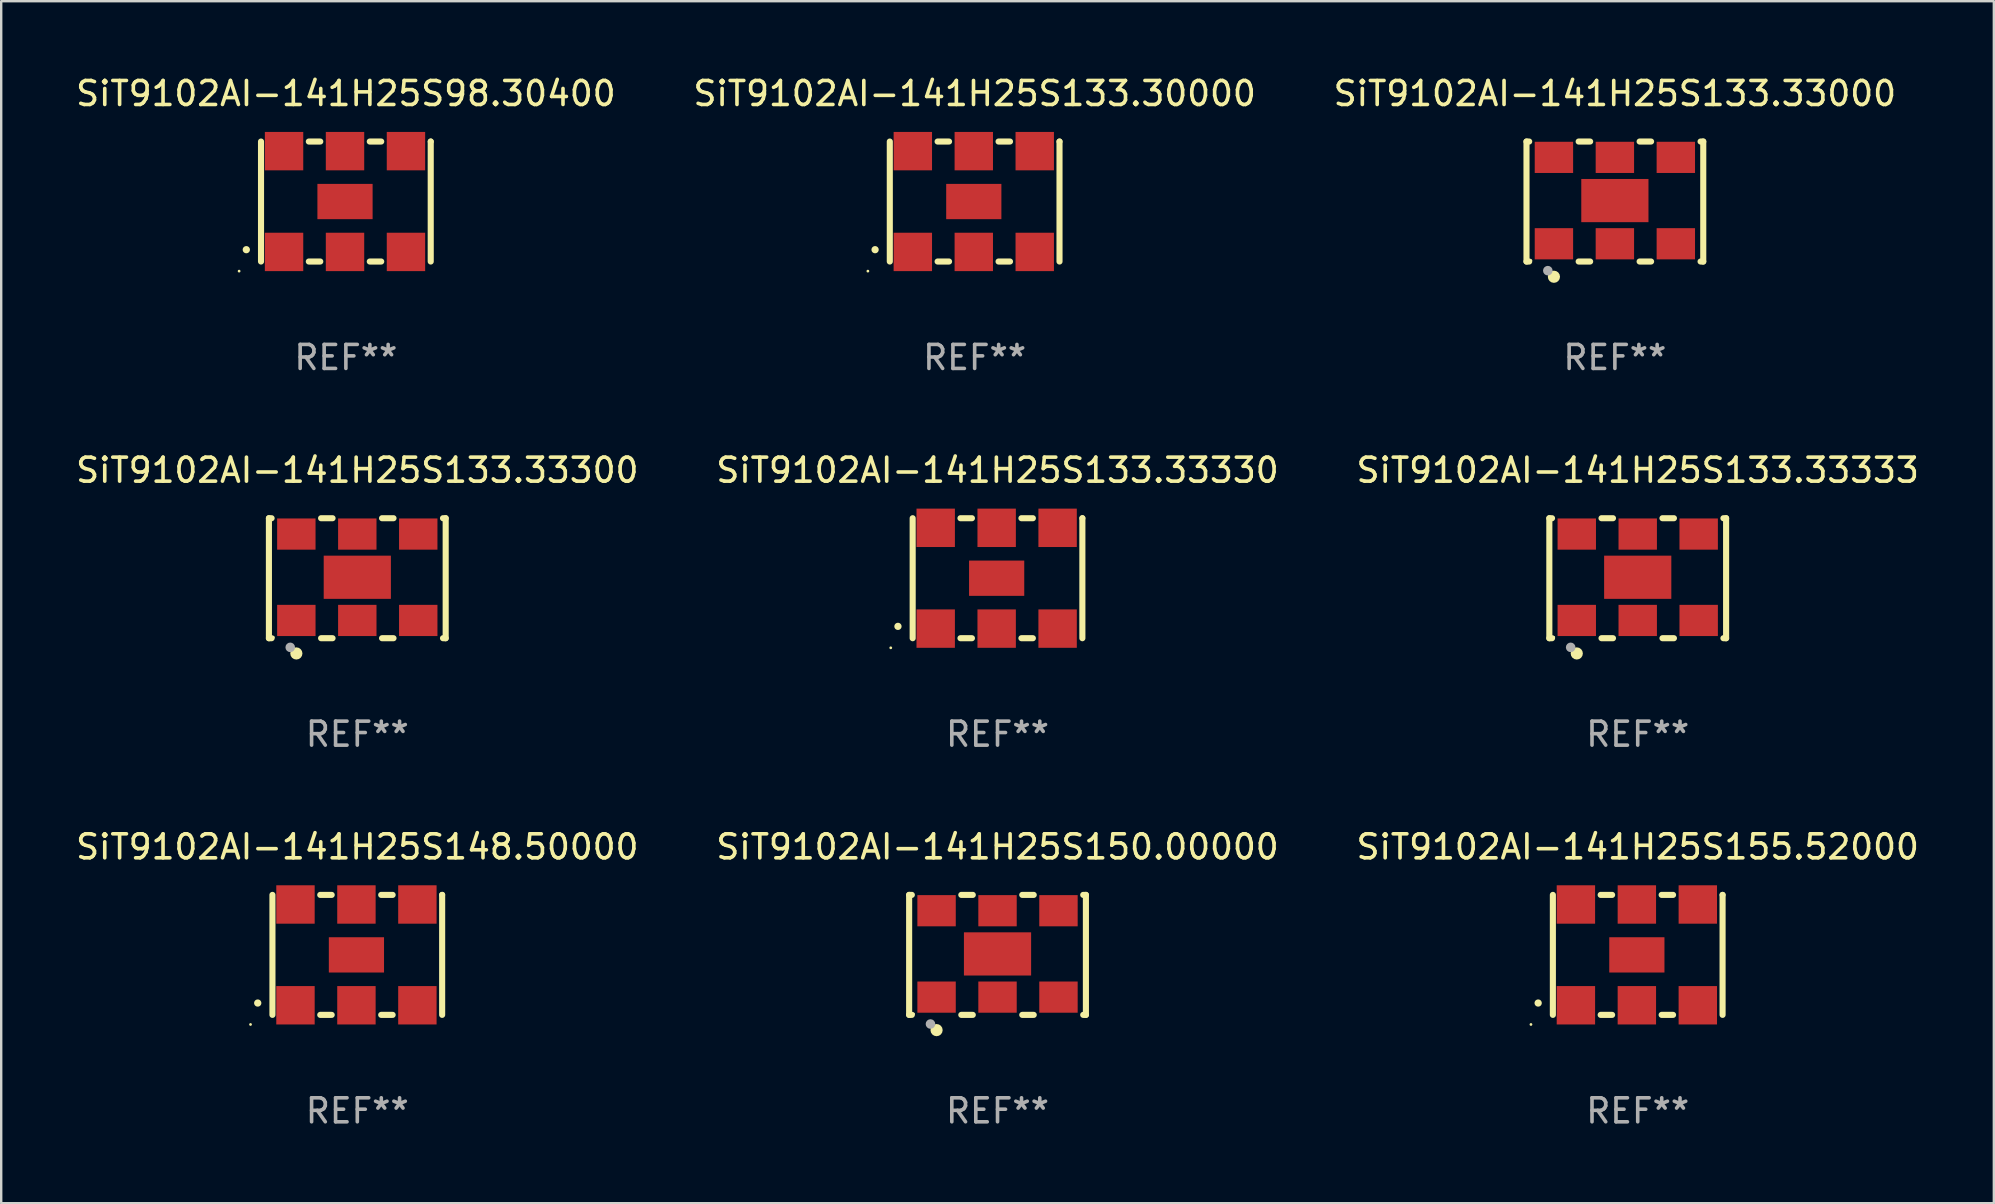
<source format=kicad_pcb>
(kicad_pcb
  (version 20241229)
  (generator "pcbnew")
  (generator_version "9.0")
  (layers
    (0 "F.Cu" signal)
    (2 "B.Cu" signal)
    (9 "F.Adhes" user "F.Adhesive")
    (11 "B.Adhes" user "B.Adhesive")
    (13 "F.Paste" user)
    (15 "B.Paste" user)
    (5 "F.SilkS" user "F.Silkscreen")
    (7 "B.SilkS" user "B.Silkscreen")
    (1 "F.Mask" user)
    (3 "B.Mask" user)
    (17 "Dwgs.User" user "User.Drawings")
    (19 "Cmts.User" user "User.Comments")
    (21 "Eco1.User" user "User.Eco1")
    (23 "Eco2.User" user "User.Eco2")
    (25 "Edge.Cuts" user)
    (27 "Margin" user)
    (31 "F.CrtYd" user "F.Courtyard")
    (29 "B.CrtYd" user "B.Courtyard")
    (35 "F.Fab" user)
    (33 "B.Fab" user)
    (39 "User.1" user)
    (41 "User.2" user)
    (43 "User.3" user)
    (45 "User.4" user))
  (footprint "SiT9102AI-141H25S155.52000"
    (layer "F.Cu")
    (at 65.196 36.741)
    (property "Reference" "SiT9102AI-141H25S155.52000" (at 0 -4.5 0) (layer "F.SilkS") (effects (font (size 1 1) (thickness 0.15))))
    (attr through_hole)
    (fp_line (start -3.536 -2.5) (end -3.536 2.5) (stroke (width 0.254) (type solid)) (layer "F.SilkS"))
    (fp_line (start -1.544 2.5) (end -1.067 2.5) (stroke (width 0.254) (type solid)) (layer "F.SilkS"))
    (fp_line (start -1.067 -2.5) (end -1.544 -2.5) (stroke (width 0.254) (type solid)) (layer "F.SilkS"))
    (fp_line (start 0.996 2.5) (end 1.473 2.5) (stroke (width 0.254) (type solid)) (layer "F.SilkS"))
    (fp_line (start 1.473 -2.5) (end 0.996 -2.5) (stroke (width 0.254) (type solid)) (layer "F.SilkS"))
    (fp_line (start 3.536 -2.5) (end 3.536 -2.5) (stroke (width 0.254) (type solid)) (layer "F.SilkS"))
    (fp_line (start 3.536 2.5) (end 3.536 -2.5) (stroke (width 0.254) (type solid)) (layer "F.SilkS"))
    (fp_arc (start -4.150432 2.006604) (mid -4.149162 2.006599) (end -4.147892 2.006604) (stroke (width 0.3) (type solid)) (layer "F.SilkS"))
    (fp_circle (center -4.449 2.9) (end -4.419 2.9) (stroke (width 0.06) (type solid)) (fill no) (layer "F.SilkS"))
    (fp_text user "REF**" (at 0 6.5 0) (layer "F.Fab") (effects (font (size 1 1) (thickness 0.15))))
    (pad "1" smd rect (at -2.576 2.1) (size 1.6 1.6) (layers "F.Cu" "F.Mask" "F.Paste"))
    (pad "2" smd rect (at -0.036 2.1) (size 1.6 1.6) (layers "F.Cu" "F.Mask" "F.Paste"))
    (pad "3" smd rect (at 2.504 2.1) (size 1.6 1.6) (layers "F.Cu" "F.Mask" "F.Paste"))
    (pad "4" smd rect (at 2.504 -2.1) (size 1.6 1.6) (layers "F.Cu" "F.Mask" "F.Paste"))
    (pad "5" smd rect (at -0.036 -2.1) (size 1.6 1.6) (layers "F.Cu" "F.Mask" "F.Paste"))
    (pad "6" smd rect (at -2.576 -2.1) (size 1.6 1.6) (layers "F.Cu" "F.Mask" "F.Paste"))
    (pad "7" smd rect (at -0.036 0) (size 2.3 1.47) (layers "F.Cu" "F.Mask" "F.Paste")))
  (footprint "SiT9102AI-141H25S133.33300"
    (layer "F.Cu")
    (at 11.839 21.045)
    (property "Reference" "SiT9102AI-141H25S133.33300" (at 0 -4.5 0) (layer "F.SilkS") (effects (font (size 1 1) (thickness 0.15))))
    (attr through_hole)
    (fp_line (start -3.683 -2.5) (end -3.571 -2.5) (stroke (width 0.254) (type solid)) (layer "F.SilkS"))
    (fp_line (start -3.683 2.5) (end -3.683 -2.5) (stroke (width 0.254) (type solid)) (layer "F.SilkS"))
    (fp_line (start -3.683 2.5) (end -3.571 2.5) (stroke (width 0.254) (type solid)) (layer "F.SilkS"))
    (fp_line (start -1.509 -2.5) (end -1.031 -2.5) (stroke (width 0.254) (type solid)) (layer "F.SilkS"))
    (fp_line (start -1.509 2.5) (end -1.031 2.5) (stroke (width 0.254) (type solid)) (layer "F.SilkS"))
    (fp_line (start 1.031 -2.5) (end 1.509 -2.5) (stroke (width 0.254) (type solid)) (layer "F.SilkS"))
    (fp_line (start 1.031 2.5) (end 1.509 2.5) (stroke (width 0.254) (type solid)) (layer "F.SilkS"))
    (fp_line (start 3.571 -2.5) (end 3.683 -2.5) (stroke (width 0.254) (type solid)) (layer "F.SilkS"))
    (fp_line (start 3.571 2.5) (end 3.683 2.5) (stroke (width 0.254) (type solid)) (layer "F.SilkS"))
    (fp_line (start 3.683 2.5) (end 3.683 -2.5) (stroke (width 0.254) (type solid)) (layer "F.SilkS"))
    (fp_circle (center -3.5 2.46) (end -3.47 2.46) (stroke (width 0.06) (type solid)) (fill no) (layer "F.SilkS"))
    (fp_circle (center -2.54 3.135) (end -2.413 3.135) (stroke (width 0.254) (type solid)) (fill no) (layer "F.SilkS"))
    (fp_circle (center -2.794 2.881) (end -2.694 2.881) (stroke (width 0.2) (type solid)) (fill no) (layer "F.Fab"))
    (fp_text user "REF**" (at 0 6.5 0) (layer "F.Fab") (effects (font (size 1 1) (thickness 0.15))))
    (pad "1" smd rect (at -2.54 1.76) (size 1.6 1.3) (layers "F.Cu" "F.Mask" "F.Paste"))
    (pad "2" smd rect (at 0 1.76) (size 1.6 1.3) (layers "F.Cu" "F.Mask" "F.Paste"))
    (pad "3" smd rect (at 2.54 1.76) (size 1.6 1.3) (layers "F.Cu" "F.Mask" "F.Paste"))
    (pad "4" smd rect (at 2.54 -1.84) (size 1.6 1.3) (layers "F.Cu" "F.Mask" "F.Paste"))
    (pad "5" smd rect (at 0 -1.84) (size 1.6 1.3) (layers "F.Cu" "F.Mask" "F.Paste"))
    (pad "6" smd rect (at -2.54 -1.84) (size 1.6 1.3) (layers "F.Cu" "F.Mask" "F.Paste"))
    (pad "7" smd rect (at 0 -0.04) (size 2.8 1.8) (layers "F.Cu" "F.Mask" "F.Paste")))
  (footprint "SiT9102AI-141H25S133.33000"
    (layer "F.Cu")
    (at 64.244 5.348)
    (property "Reference" "SiT9102AI-141H25S133.33000" (at 0 -4.5 0) (layer "F.SilkS") (effects (font (size 1 1) (thickness 0.15))))
    (attr through_hole)
    (fp_line (start -3.683 -2.5) (end -3.571 -2.5) (stroke (width 0.254) (type solid)) (layer "F.SilkS"))
    (fp_line (start -3.683 2.5) (end -3.683 -2.5) (stroke (width 0.254) (type solid)) (layer "F.SilkS"))
    (fp_line (start -3.683 2.5) (end -3.571 2.5) (stroke (width 0.254) (type solid)) (layer "F.SilkS"))
    (fp_line (start -1.509 -2.5) (end -1.031 -2.5) (stroke (width 0.254) (type solid)) (layer "F.SilkS"))
    (fp_line (start -1.509 2.5) (end -1.031 2.5) (stroke (width 0.254) (type solid)) (layer "F.SilkS"))
    (fp_line (start 1.031 -2.5) (end 1.509 -2.5) (stroke (width 0.254) (type solid)) (layer "F.SilkS"))
    (fp_line (start 1.031 2.5) (end 1.509 2.5) (stroke (width 0.254) (type solid)) (layer "F.SilkS"))
    (fp_line (start 3.571 -2.5) (end 3.683 -2.5) (stroke (width 0.254) (type solid)) (layer "F.SilkS"))
    (fp_line (start 3.571 2.5) (end 3.683 2.5) (stroke (width 0.254) (type solid)) (layer "F.SilkS"))
    (fp_line (start 3.683 2.5) (end 3.683 -2.5) (stroke (width 0.254) (type solid)) (layer "F.SilkS"))
    (fp_circle (center -3.5 2.46) (end -3.47 2.46) (stroke (width 0.06) (type solid)) (fill no) (layer "F.SilkS"))
    (fp_circle (center -2.54 3.135) (end -2.413 3.135) (stroke (width 0.254) (type solid)) (fill no) (layer "F.SilkS"))
    (fp_circle (center -2.794 2.881) (end -2.694 2.881) (stroke (width 0.2) (type solid)) (fill no) (layer "F.Fab"))
    (fp_text user "REF**" (at 0 6.5 0) (layer "F.Fab") (effects (font (size 1 1) (thickness 0.15))))
    (pad "1" smd rect (at -2.54 1.76) (size 1.6 1.3) (layers "F.Cu" "F.Mask" "F.Paste"))
    (pad "2" smd rect (at 0 1.76) (size 1.6 1.3) (layers "F.Cu" "F.Mask" "F.Paste"))
    (pad "3" smd rect (at 2.54 1.76) (size 1.6 1.3) (layers "F.Cu" "F.Mask" "F.Paste"))
    (pad "4" smd rect (at 2.54 -1.84) (size 1.6 1.3) (layers "F.Cu" "F.Mask" "F.Paste"))
    (pad "5" smd rect (at 0 -1.84) (size 1.6 1.3) (layers "F.Cu" "F.Mask" "F.Paste"))
    (pad "6" smd rect (at -2.54 -1.84) (size 1.6 1.3) (layers "F.Cu" "F.Mask" "F.Paste"))
    (pad "7" smd rect (at 0 -0.04) (size 2.8 1.8) (layers "F.Cu" "F.Mask" "F.Paste")))
  (footprint "SiT9102AI-141H25S150.00000"
    (layer "F.Cu")
    (at 38.518 36.741)
    (property "Reference" "SiT9102AI-141H25S150.00000" (at 0 -4.5 0) (layer "F.SilkS") (effects (font (size 1 1) (thickness 0.15))))
    (attr through_hole)
    (fp_line (start -3.683 -2.5) (end -3.571 -2.5) (stroke (width 0.254) (type solid)) (layer "F.SilkS"))
    (fp_line (start -3.683 2.5) (end -3.683 -2.5) (stroke (width 0.254) (type solid)) (layer "F.SilkS"))
    (fp_line (start -3.683 2.5) (end -3.571 2.5) (stroke (width 0.254) (type solid)) (layer "F.SilkS"))
    (fp_line (start -1.509 -2.5) (end -1.031 -2.5) (stroke (width 0.254) (type solid)) (layer "F.SilkS"))
    (fp_line (start -1.509 2.5) (end -1.031 2.5) (stroke (width 0.254) (type solid)) (layer "F.SilkS"))
    (fp_line (start 1.031 -2.5) (end 1.509 -2.5) (stroke (width 0.254) (type solid)) (layer "F.SilkS"))
    (fp_line (start 1.031 2.5) (end 1.509 2.5) (stroke (width 0.254) (type solid)) (layer "F.SilkS"))
    (fp_line (start 3.571 -2.5) (end 3.683 -2.5) (stroke (width 0.254) (type solid)) (layer "F.SilkS"))
    (fp_line (start 3.571 2.5) (end 3.683 2.5) (stroke (width 0.254) (type solid)) (layer "F.SilkS"))
    (fp_line (start 3.683 2.5) (end 3.683 -2.5) (stroke (width 0.254) (type solid)) (layer "F.SilkS"))
    (fp_circle (center -3.5 2.46) (end -3.47 2.46) (stroke (width 0.06) (type solid)) (fill no) (layer "F.SilkS"))
    (fp_circle (center -2.54 3.135) (end -2.413 3.135) (stroke (width 0.254) (type solid)) (fill no) (layer "F.SilkS"))
    (fp_circle (center -2.794 2.881) (end -2.694 2.881) (stroke (width 0.2) (type solid)) (fill no) (layer "F.Fab"))
    (fp_text user "REF**" (at 0 6.5 0) (layer "F.Fab") (effects (font (size 1 1) (thickness 0.15))))
    (pad "1" smd rect (at -2.54 1.76) (size 1.6 1.3) (layers "F.Cu" "F.Mask" "F.Paste"))
    (pad "2" smd rect (at 0 1.76) (size 1.6 1.3) (layers "F.Cu" "F.Mask" "F.Paste"))
    (pad "3" smd rect (at 2.54 1.76) (size 1.6 1.3) (layers "F.Cu" "F.Mask" "F.Paste"))
    (pad "4" smd rect (at 2.54 -1.84) (size 1.6 1.3) (layers "F.Cu" "F.Mask" "F.Paste"))
    (pad "5" smd rect (at 0 -1.84) (size 1.6 1.3) (layers "F.Cu" "F.Mask" "F.Paste"))
    (pad "6" smd rect (at -2.54 -1.84) (size 1.6 1.3) (layers "F.Cu" "F.Mask" "F.Paste"))
    (pad "7" smd rect (at 0 -0.04) (size 2.8 1.8) (layers "F.Cu" "F.Mask" "F.Paste")))
  (footprint "SiT9102AI-141H25S148.50000"
    (layer "F.Cu")
    (at 11.839 36.741)
    (property "Reference" "SiT9102AI-141H25S148.50000" (at 0 -4.5 0) (layer "F.SilkS") (effects (font (size 1 1) (thickness 0.15))))
    (attr through_hole)
    (fp_line (start -3.536 -2.5) (end -3.536 2.5) (stroke (width 0.254) (type solid)) (layer "F.SilkS"))
    (fp_line (start -1.544 2.5) (end -1.067 2.5) (stroke (width 0.254) (type solid)) (layer "F.SilkS"))
    (fp_line (start -1.067 -2.5) (end -1.544 -2.5) (stroke (width 0.254) (type solid)) (layer "F.SilkS"))
    (fp_line (start 0.996 2.5) (end 1.473 2.5) (stroke (width 0.254) (type solid)) (layer "F.SilkS"))
    (fp_line (start 1.473 -2.5) (end 0.996 -2.5) (stroke (width 0.254) (type solid)) (layer "F.SilkS"))
    (fp_line (start 3.536 -2.5) (end 3.536 -2.5) (stroke (width 0.254) (type solid)) (layer "F.SilkS"))
    (fp_line (start 3.536 2.5) (end 3.536 -2.5) (stroke (width 0.254) (type solid)) (layer "F.SilkS"))
    (fp_arc (start -4.150432 2.006604) (mid -4.149162 2.006599) (end -4.147892 2.006604) (stroke (width 0.3) (type solid)) (layer "F.SilkS"))
    (fp_circle (center -4.449 2.9) (end -4.419 2.9) (stroke (width 0.06) (type solid)) (fill no) (layer "F.SilkS"))
    (fp_text user "REF**" (at 0 6.5 0) (layer "F.Fab") (effects (font (size 1 1) (thickness 0.15))))
    (pad "1" smd rect (at -2.576 2.1) (size 1.6 1.6) (layers "F.Cu" "F.Mask" "F.Paste"))
    (pad "2" smd rect (at -0.036 2.1) (size 1.6 1.6) (layers "F.Cu" "F.Mask" "F.Paste"))
    (pad "3" smd rect (at 2.504 2.1) (size 1.6 1.6) (layers "F.Cu" "F.Mask" "F.Paste"))
    (pad "4" smd rect (at 2.504 -2.1) (size 1.6 1.6) (layers "F.Cu" "F.Mask" "F.Paste"))
    (pad "5" smd rect (at -0.036 -2.1) (size 1.6 1.6) (layers "F.Cu" "F.Mask" "F.Paste"))
    (pad "6" smd rect (at -2.576 -2.1) (size 1.6 1.6) (layers "F.Cu" "F.Mask" "F.Paste"))
    (pad "7" smd rect (at -0.036 0) (size 2.3 1.47) (layers "F.Cu" "F.Mask" "F.Paste")))
  (footprint "SiT9102AI-141H25S133.33333"
    (layer "F.Cu")
    (at 65.196 21.045)
    (property "Reference" "SiT9102AI-141H25S133.33333" (at 0 -4.5 0) (layer "F.SilkS") (effects (font (size 1 1) (thickness 0.15))))
    (attr through_hole)
    (fp_line (start -3.683 -2.5) (end -3.571 -2.5) (stroke (width 0.254) (type solid)) (layer "F.SilkS"))
    (fp_line (start -3.683 2.5) (end -3.683 -2.5) (stroke (width 0.254) (type solid)) (layer "F.SilkS"))
    (fp_line (start -3.683 2.5) (end -3.571 2.5) (stroke (width 0.254) (type solid)) (layer "F.SilkS"))
    (fp_line (start -1.509 -2.5) (end -1.031 -2.5) (stroke (width 0.254) (type solid)) (layer "F.SilkS"))
    (fp_line (start -1.509 2.5) (end -1.031 2.5) (stroke (width 0.254) (type solid)) (layer "F.SilkS"))
    (fp_line (start 1.031 -2.5) (end 1.509 -2.5) (stroke (width 0.254) (type solid)) (layer "F.SilkS"))
    (fp_line (start 1.031 2.5) (end 1.509 2.5) (stroke (width 0.254) (type solid)) (layer "F.SilkS"))
    (fp_line (start 3.571 -2.5) (end 3.683 -2.5) (stroke (width 0.254) (type solid)) (layer "F.SilkS"))
    (fp_line (start 3.571 2.5) (end 3.683 2.5) (stroke (width 0.254) (type solid)) (layer "F.SilkS"))
    (fp_line (start 3.683 2.5) (end 3.683 -2.5) (stroke (width 0.254) (type solid)) (layer "F.SilkS"))
    (fp_circle (center -3.5 2.46) (end -3.47 2.46) (stroke (width 0.06) (type solid)) (fill no) (layer "F.SilkS"))
    (fp_circle (center -2.54 3.135) (end -2.413 3.135) (stroke (width 0.254) (type solid)) (fill no) (layer "F.SilkS"))
    (fp_circle (center -2.794 2.881) (end -2.694 2.881) (stroke (width 0.2) (type solid)) (fill no) (layer "F.Fab"))
    (fp_text user "REF**" (at 0 6.5 0) (layer "F.Fab") (effects (font (size 1 1) (thickness 0.15))))
    (pad "1" smd rect (at -2.54 1.76) (size 1.6 1.3) (layers "F.Cu" "F.Mask" "F.Paste"))
    (pad "2" smd rect (at 0 1.76) (size 1.6 1.3) (layers "F.Cu" "F.Mask" "F.Paste"))
    (pad "3" smd rect (at 2.54 1.76) (size 1.6 1.3) (layers "F.Cu" "F.Mask" "F.Paste"))
    (pad "4" smd rect (at 2.54 -1.84) (size 1.6 1.3) (layers "F.Cu" "F.Mask" "F.Paste"))
    (pad "5" smd rect (at 0 -1.84) (size 1.6 1.3) (layers "F.Cu" "F.Mask" "F.Paste"))
    (pad "6" smd rect (at -2.54 -1.84) (size 1.6 1.3) (layers "F.Cu" "F.Mask" "F.Paste"))
    (pad "7" smd rect (at 0 -0.04) (size 2.8 1.8) (layers "F.Cu" "F.Mask" "F.Paste")))
  (footprint "SiT9102AI-141H25S98.30400"
    (layer "F.Cu")
    (at 11.363 5.348)
    (property "Reference" "SiT9102AI-141H25S98.30400" (at 0 -4.5 0) (layer "F.SilkS") (effects (font (size 1 1) (thickness 0.15))))
    (attr through_hole)
    (fp_line (start -3.536 -2.5) (end -3.536 2.5) (stroke (width 0.254) (type solid)) (layer "F.SilkS"))
    (fp_line (start -1.544 2.5) (end -1.067 2.5) (stroke (width 0.254) (type solid)) (layer "F.SilkS"))
    (fp_line (start -1.067 -2.5) (end -1.544 -2.5) (stroke (width 0.254) (type solid)) (layer "F.SilkS"))
    (fp_line (start 0.996 2.5) (end 1.473 2.5) (stroke (width 0.254) (type solid)) (layer "F.SilkS"))
    (fp_line (start 1.473 -2.5) (end 0.996 -2.5) (stroke (width 0.254) (type solid)) (layer "F.SilkS"))
    (fp_line (start 3.536 -2.5) (end 3.536 -2.5) (stroke (width 0.254) (type solid)) (layer "F.SilkS"))
    (fp_line (start 3.536 2.5) (end 3.536 -2.5) (stroke (width 0.254) (type solid)) (layer "F.SilkS"))
    (fp_arc (start -4.150432 2.006604) (mid -4.149162 2.006599) (end -4.147892 2.006604) (stroke (width 0.3) (type solid)) (layer "F.SilkS"))
    (fp_circle (center -4.449 2.9) (end -4.419 2.9) (stroke (width 0.06) (type solid)) (fill no) (layer "F.SilkS"))
    (fp_text user "REF**" (at 0 6.5 0) (layer "F.Fab") (effects (font (size 1 1) (thickness 0.15))))
    (pad "1" smd rect (at -2.576 2.1) (size 1.6 1.6) (layers "F.Cu" "F.Mask" "F.Paste"))
    (pad "2" smd rect (at -0.036 2.1) (size 1.6 1.6) (layers "F.Cu" "F.Mask" "F.Paste"))
    (pad "3" smd rect (at 2.504 2.1) (size 1.6 1.6) (layers "F.Cu" "F.Mask" "F.Paste"))
    (pad "4" smd rect (at 2.504 -2.1) (size 1.6 1.6) (layers "F.Cu" "F.Mask" "F.Paste"))
    (pad "5" smd rect (at -0.036 -2.1) (size 1.6 1.6) (layers "F.Cu" "F.Mask" "F.Paste"))
    (pad "6" smd rect (at -2.576 -2.1) (size 1.6 1.6) (layers "F.Cu" "F.Mask" "F.Paste"))
    (pad "7" smd rect (at -0.036 0) (size 2.3 1.47) (layers "F.Cu" "F.Mask" "F.Paste")))
  (footprint "SiT9102AI-141H25S133.30000"
    (layer "F.Cu")
    (at 37.565 5.348)
    (property "Reference" "SiT9102AI-141H25S133.30000" (at 0 -4.5 0) (layer "F.SilkS") (effects (font (size 1 1) (thickness 0.15))))
    (attr through_hole)
    (fp_line (start -3.536 -2.5) (end -3.536 2.5) (stroke (width 0.254) (type solid)) (layer "F.SilkS"))
    (fp_line (start -1.544 2.5) (end -1.067 2.5) (stroke (width 0.254) (type solid)) (layer "F.SilkS"))
    (fp_line (start -1.067 -2.5) (end -1.544 -2.5) (stroke (width 0.254) (type solid)) (layer "F.SilkS"))
    (fp_line (start 0.996 2.5) (end 1.473 2.5) (stroke (width 0.254) (type solid)) (layer "F.SilkS"))
    (fp_line (start 1.473 -2.5) (end 0.996 -2.5) (stroke (width 0.254) (type solid)) (layer "F.SilkS"))
    (fp_line (start 3.536 -2.5) (end 3.536 -2.5) (stroke (width 0.254) (type solid)) (layer "F.SilkS"))
    (fp_line (start 3.536 2.5) (end 3.536 -2.5) (stroke (width 0.254) (type solid)) (layer "F.SilkS"))
    (fp_arc (start -4.150432 2.006604) (mid -4.149162 2.006599) (end -4.147892 2.006604) (stroke (width 0.3) (type solid)) (layer "F.SilkS"))
    (fp_circle (center -4.449 2.9) (end -4.419 2.9) (stroke (width 0.06) (type solid)) (fill no) (layer "F.SilkS"))
    (fp_text user "REF**" (at 0 6.5 0) (layer "F.Fab") (effects (font (size 1 1) (thickness 0.15))))
    (pad "1" smd rect (at -2.576 2.1) (size 1.6 1.6) (layers "F.Cu" "F.Mask" "F.Paste"))
    (pad "2" smd rect (at -0.036 2.1) (size 1.6 1.6) (layers "F.Cu" "F.Mask" "F.Paste"))
    (pad "3" smd rect (at 2.504 2.1) (size 1.6 1.6) (layers "F.Cu" "F.Mask" "F.Paste"))
    (pad "4" smd rect (at 2.504 -2.1) (size 1.6 1.6) (layers "F.Cu" "F.Mask" "F.Paste"))
    (pad "5" smd rect (at -0.036 -2.1) (size 1.6 1.6) (layers "F.Cu" "F.Mask" "F.Paste"))
    (pad "6" smd rect (at -2.576 -2.1) (size 1.6 1.6) (layers "F.Cu" "F.Mask" "F.Paste"))
    (pad "7" smd rect (at -0.036 0) (size 2.3 1.47) (layers "F.Cu" "F.Mask" "F.Paste")))
  (footprint "SiT9102AI-141H25S133.33330"
    (layer "F.Cu")
    (at 38.518 21.045)
    (property "Reference" "SiT9102AI-141H25S133.33330" (at 0 -4.5 0) (layer "F.SilkS") (effects (font (size 1 1) (thickness 0.15))))
    (attr through_hole)
    (fp_line (start -3.536 -2.5) (end -3.536 2.5) (stroke (width 0.254) (type solid)) (layer "F.SilkS"))
    (fp_line (start -1.544 2.5) (end -1.067 2.5) (stroke (width 0.254) (type solid)) (layer "F.SilkS"))
    (fp_line (start -1.067 -2.5) (end -1.544 -2.5) (stroke (width 0.254) (type solid)) (layer "F.SilkS"))
    (fp_line (start 0.996 2.5) (end 1.473 2.5) (stroke (width 0.254) (type solid)) (layer "F.SilkS"))
    (fp_line (start 1.473 -2.5) (end 0.996 -2.5) (stroke (width 0.254) (type solid)) (layer "F.SilkS"))
    (fp_line (start 3.536 -2.5) (end 3.536 -2.5) (stroke (width 0.254) (type solid)) (layer "F.SilkS"))
    (fp_line (start 3.536 2.5) (end 3.536 -2.5) (stroke (width 0.254) (type solid)) (layer "F.SilkS"))
    (fp_arc (start -4.150432 2.006604) (mid -4.149162 2.006599) (end -4.147892 2.006604) (stroke (width 0.3) (type solid)) (layer "F.SilkS"))
    (fp_circle (center -4.449 2.9) (end -4.419 2.9) (stroke (width 0.06) (type solid)) (fill no) (layer "F.SilkS"))
    (fp_text user "REF**" (at 0 6.5 0) (layer "F.Fab") (effects (font (size 1 1) (thickness 0.15))))
    (pad "1" smd rect (at -2.576 2.1) (size 1.6 1.6) (layers "F.Cu" "F.Mask" "F.Paste"))
    (pad "2" smd rect (at -0.036 2.1) (size 1.6 1.6) (layers "F.Cu" "F.Mask" "F.Paste"))
    (pad "3" smd rect (at 2.504 2.1) (size 1.6 1.6) (layers "F.Cu" "F.Mask" "F.Paste"))
    (pad "4" smd rect (at 2.504 -2.1) (size 1.6 1.6) (layers "F.Cu" "F.Mask" "F.Paste"))
    (pad "5" smd rect (at -0.036 -2.1) (size 1.6 1.6) (layers "F.Cu" "F.Mask" "F.Paste"))
    (pad "6" smd rect (at -2.576 -2.1) (size 1.6 1.6) (layers "F.Cu" "F.Mask" "F.Paste"))
    (pad "7" smd rect (at -0.036 0) (size 2.3 1.47) (layers "F.Cu" "F.Mask" "F.Paste")))
  (gr_rect
    (start -3 -3)
    (end 80.036 47.09)
    (stroke (width 0.1) (type default))
    (fill no)
    (layer "Edge.Cuts")))
</source>
